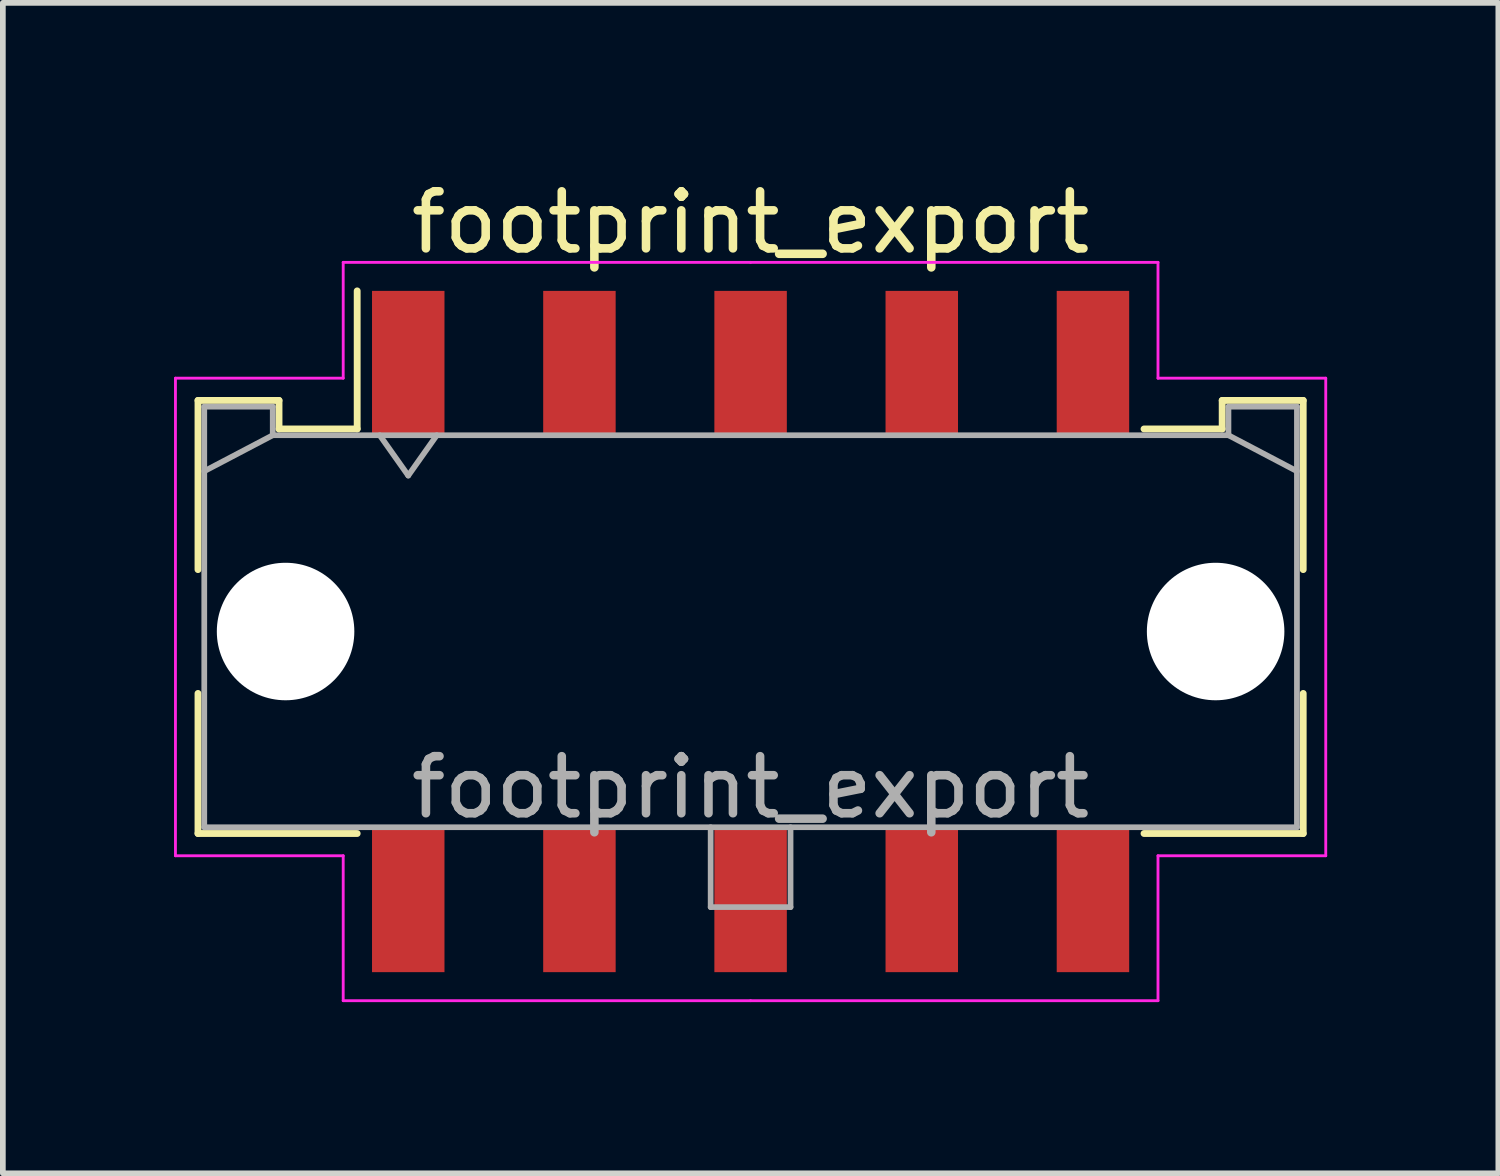
<source format=kicad_pcb>
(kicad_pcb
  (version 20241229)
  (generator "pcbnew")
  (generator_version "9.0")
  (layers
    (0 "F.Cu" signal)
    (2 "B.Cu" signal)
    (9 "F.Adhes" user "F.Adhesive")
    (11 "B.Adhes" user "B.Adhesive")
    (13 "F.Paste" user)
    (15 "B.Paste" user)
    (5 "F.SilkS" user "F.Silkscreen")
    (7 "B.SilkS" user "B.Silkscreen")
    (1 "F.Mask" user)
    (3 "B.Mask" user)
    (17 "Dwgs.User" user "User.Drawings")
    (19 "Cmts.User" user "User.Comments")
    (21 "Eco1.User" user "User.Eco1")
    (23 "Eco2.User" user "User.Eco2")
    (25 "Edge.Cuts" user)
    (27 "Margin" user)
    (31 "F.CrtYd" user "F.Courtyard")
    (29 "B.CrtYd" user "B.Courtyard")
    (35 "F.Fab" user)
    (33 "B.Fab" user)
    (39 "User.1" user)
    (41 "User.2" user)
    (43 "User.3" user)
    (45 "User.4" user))
  (footprint "footprint_export"
    (layer "F.Cu")
    (at 10.105 8.018)
    (property "Reference" "footprint_export" (at 0 -7.17 0) (layer "F.SilkS") (effects (font (size 1 1) (thickness 0.15))))
    (attr smd)
    (fp_line (start -9.685 -4.05) (end -8.265 -4.05) (stroke (width 0.12) (type solid)) (layer "F.SilkS"))
    (fp_line (start -9.685 -1.085) (end -9.685 -4.05) (stroke (width 0.12) (type solid)) (layer "F.SilkS"))
    (fp_line (start -9.685 1.085) (end -9.685 3.54) (stroke (width 0.12) (type solid)) (layer "F.SilkS"))
    (fp_line (start -9.685 3.54) (end -6.895 3.54) (stroke (width 0.12) (type solid)) (layer "F.SilkS"))
    (fp_line (start -8.265 -4.05) (end -8.265 -3.55) (stroke (width 0.12) (type solid)) (layer "F.SilkS"))
    (fp_line (start -8.265 -3.55) (end -6.895 -3.55) (stroke (width 0.12) (type solid)) (layer "F.SilkS"))
    (fp_line (start -6.895 -3.55) (end -6.895 -5.97) (stroke (width 0.12) (type solid)) (layer "F.SilkS"))
    (fp_line (start 8.265 -4.05) (end 8.265 -3.55) (stroke (width 0.12) (type solid)) (layer "F.SilkS"))
    (fp_line (start 8.265 -3.55) (end 6.895 -3.55) (stroke (width 0.12) (type solid)) (layer "F.SilkS"))
    (fp_line (start 9.685 -4.05) (end 8.265 -4.05) (stroke (width 0.12) (type solid)) (layer "F.SilkS"))
    (fp_line (start 9.685 -1.085) (end 9.685 -4.05) (stroke (width 0.12) (type solid)) (layer "F.SilkS"))
    (fp_line (start 9.685 1.085) (end 9.685 3.54) (stroke (width 0.12) (type solid)) (layer "F.SilkS"))
    (fp_line (start 9.685 3.54) (end 6.895 3.54) (stroke (width 0.12) (type solid)) (layer "F.SilkS"))
    (fp_line (start -10.08 -4.44) (end -10.08 3.93) (stroke (width 0.05) (type solid)) (layer "F.CrtYd"))
    (fp_line (start -10.08 3.93) (end -7.14 3.93) (stroke (width 0.05) (type solid)) (layer "F.CrtYd"))
    (fp_line (start -7.14 -6.47) (end -7.14 -4.44) (stroke (width 0.05) (type solid)) (layer "F.CrtYd"))
    (fp_line (start -7.14 -4.44) (end -10.08 -4.44) (stroke (width 0.05) (type solid)) (layer "F.CrtYd"))
    (fp_line (start -7.14 3.93) (end -7.14 6.47) (stroke (width 0.05) (type solid)) (layer "F.CrtYd"))
    (fp_line (start -7.14 6.47) (end 0 6.47) (stroke (width 0.05) (type solid)) (layer "F.CrtYd"))
    (fp_line (start 0 -6.47) (end -7.14 -6.47) (stroke (width 0.05) (type solid)) (layer "F.CrtYd"))
    (fp_line (start 0 -6.47) (end 7.14 -6.47) (stroke (width 0.05) (type solid)) (layer "F.CrtYd"))
    (fp_line (start 7.14 -6.47) (end 7.14 -4.44) (stroke (width 0.05) (type solid)) (layer "F.CrtYd"))
    (fp_line (start 7.14 -4.44) (end 10.08 -4.44) (stroke (width 0.05) (type solid)) (layer "F.CrtYd"))
    (fp_line (start 7.14 3.93) (end 7.14 6.47) (stroke (width 0.05) (type solid)) (layer "F.CrtYd"))
    (fp_line (start 7.14 6.47) (end 0 6.47) (stroke (width 0.05) (type solid)) (layer "F.CrtYd"))
    (fp_line (start 10.08 -4.44) (end 10.08 3.93) (stroke (width 0.05) (type solid)) (layer "F.CrtYd"))
    (fp_line (start 10.08 3.93) (end 7.14 3.93) (stroke (width 0.05) (type solid)) (layer "F.CrtYd"))
    (fp_line (start -9.575 -3.94) (end -9.575 3.43) (stroke (width 0.1) (type solid)) (layer "F.Fab"))
    (fp_line (start -9.575 -2.81) (end -8.375 -3.44) (stroke (width 0.1) (type solid)) (layer "F.Fab"))
    (fp_line (start -9.575 3.43) (end 9.575 3.43) (stroke (width 0.1) (type solid)) (layer "F.Fab"))
    (fp_line (start -8.375 -3.94) (end -9.575 -3.94) (stroke (width 0.1) (type solid)) (layer "F.Fab"))
    (fp_line (start -8.375 -3.44) (end -8.375 -3.94) (stroke (width 0.1) (type solid)) (layer "F.Fab"))
    (fp_line (start -6.5 -3.44) (end -6 -2.733) (stroke (width 0.1) (type solid)) (layer "F.Fab"))
    (fp_line (start -6 -2.733) (end -5.5 -3.44) (stroke (width 0.1) (type solid)) (layer "F.Fab"))
    (fp_line (start -0.7 3.43) (end -0.7 4.83) (stroke (width 0.1) (type solid)) (layer "F.Fab"))
    (fp_line (start -0.7 4.83) (end 0.7 4.83) (stroke (width 0.1) (type solid)) (layer "F.Fab"))
    (fp_line (start 0.7 4.83) (end 0.7 3.43) (stroke (width 0.1) (type solid)) (layer "F.Fab"))
    (fp_line (start 8.375 -3.94) (end 8.375 -3.44) (stroke (width 0.1) (type solid)) (layer "F.Fab"))
    (fp_line (start 8.375 -3.44) (end -8.375 -3.44) (stroke (width 0.1) (type solid)) (layer "F.Fab"))
    (fp_line (start 9.575 -3.94) (end 8.375 -3.94) (stroke (width 0.1) (type solid)) (layer "F.Fab"))
    (fp_line (start 9.575 -2.81) (end 8.375 -3.44) (stroke (width 0.1) (type solid)) (layer "F.Fab"))
    (fp_line (start 9.575 3.43) (end 9.575 -3.94) (stroke (width 0.1) (type solid)) (layer "F.Fab"))
    (fp_text user "${REFERENCE}" (at 0 2.73 0) (layer "F.Fab") (effects (font (size 1 1) (thickness 0.15))))
    (pad "" np_thru_hole circle (at -8.15 0) (size 2.41 2.41) (drill 2.41) (layers "*.Cu" "*.Mask"))
    (pad "" np_thru_hole circle (at 8.15 0) (size 2.41 2.41) (drill 2.41) (layers "*.Cu" "*.Mask"))
    (pad "1" smd rect (at -6 -4.7) (size 1.27 2.54) (layers "F.Cu" "F.Mask" "F.Paste"))
    (pad "2" smd rect (at -3 -4.7) (size 1.27 2.54) (layers "F.Cu" "F.Mask" "F.Paste"))
    (pad "3" smd rect (at 0 -4.7) (size 1.27 2.54) (layers "F.Cu" "F.Mask" "F.Paste"))
    (pad "4" smd rect (at 3 -4.7) (size 1.27 2.54) (layers "F.Cu" "F.Mask" "F.Paste"))
    (pad "5" smd rect (at 6 -4.7) (size 1.27 2.54) (layers "F.Cu" "F.Mask" "F.Paste"))
    (pad "6" smd rect (at -6 4.7) (size 1.27 2.54) (layers "F.Cu" "F.Mask" "F.Paste"))
    (pad "7" smd rect (at -3 4.7) (size 1.27 2.54) (layers "F.Cu" "F.Mask" "F.Paste"))
    (pad "8" smd rect (at 0 4.7) (size 1.27 2.54) (layers "F.Cu" "F.Mask" "F.Paste"))
    (pad "9" smd rect (at 3 4.7) (size 1.27 2.54) (layers "F.Cu" "F.Mask" "F.Paste"))
    (pad "10" smd rect (at 6 4.7) (size 1.27 2.54) (layers "F.Cu" "F.Mask" "F.Paste")))
  (gr_rect
    (start -3 -3)
    (end 23.21 17.513)
    (stroke (width 0.1) (type default))
    (fill no)
    (layer "Edge.Cuts")))
</source>
